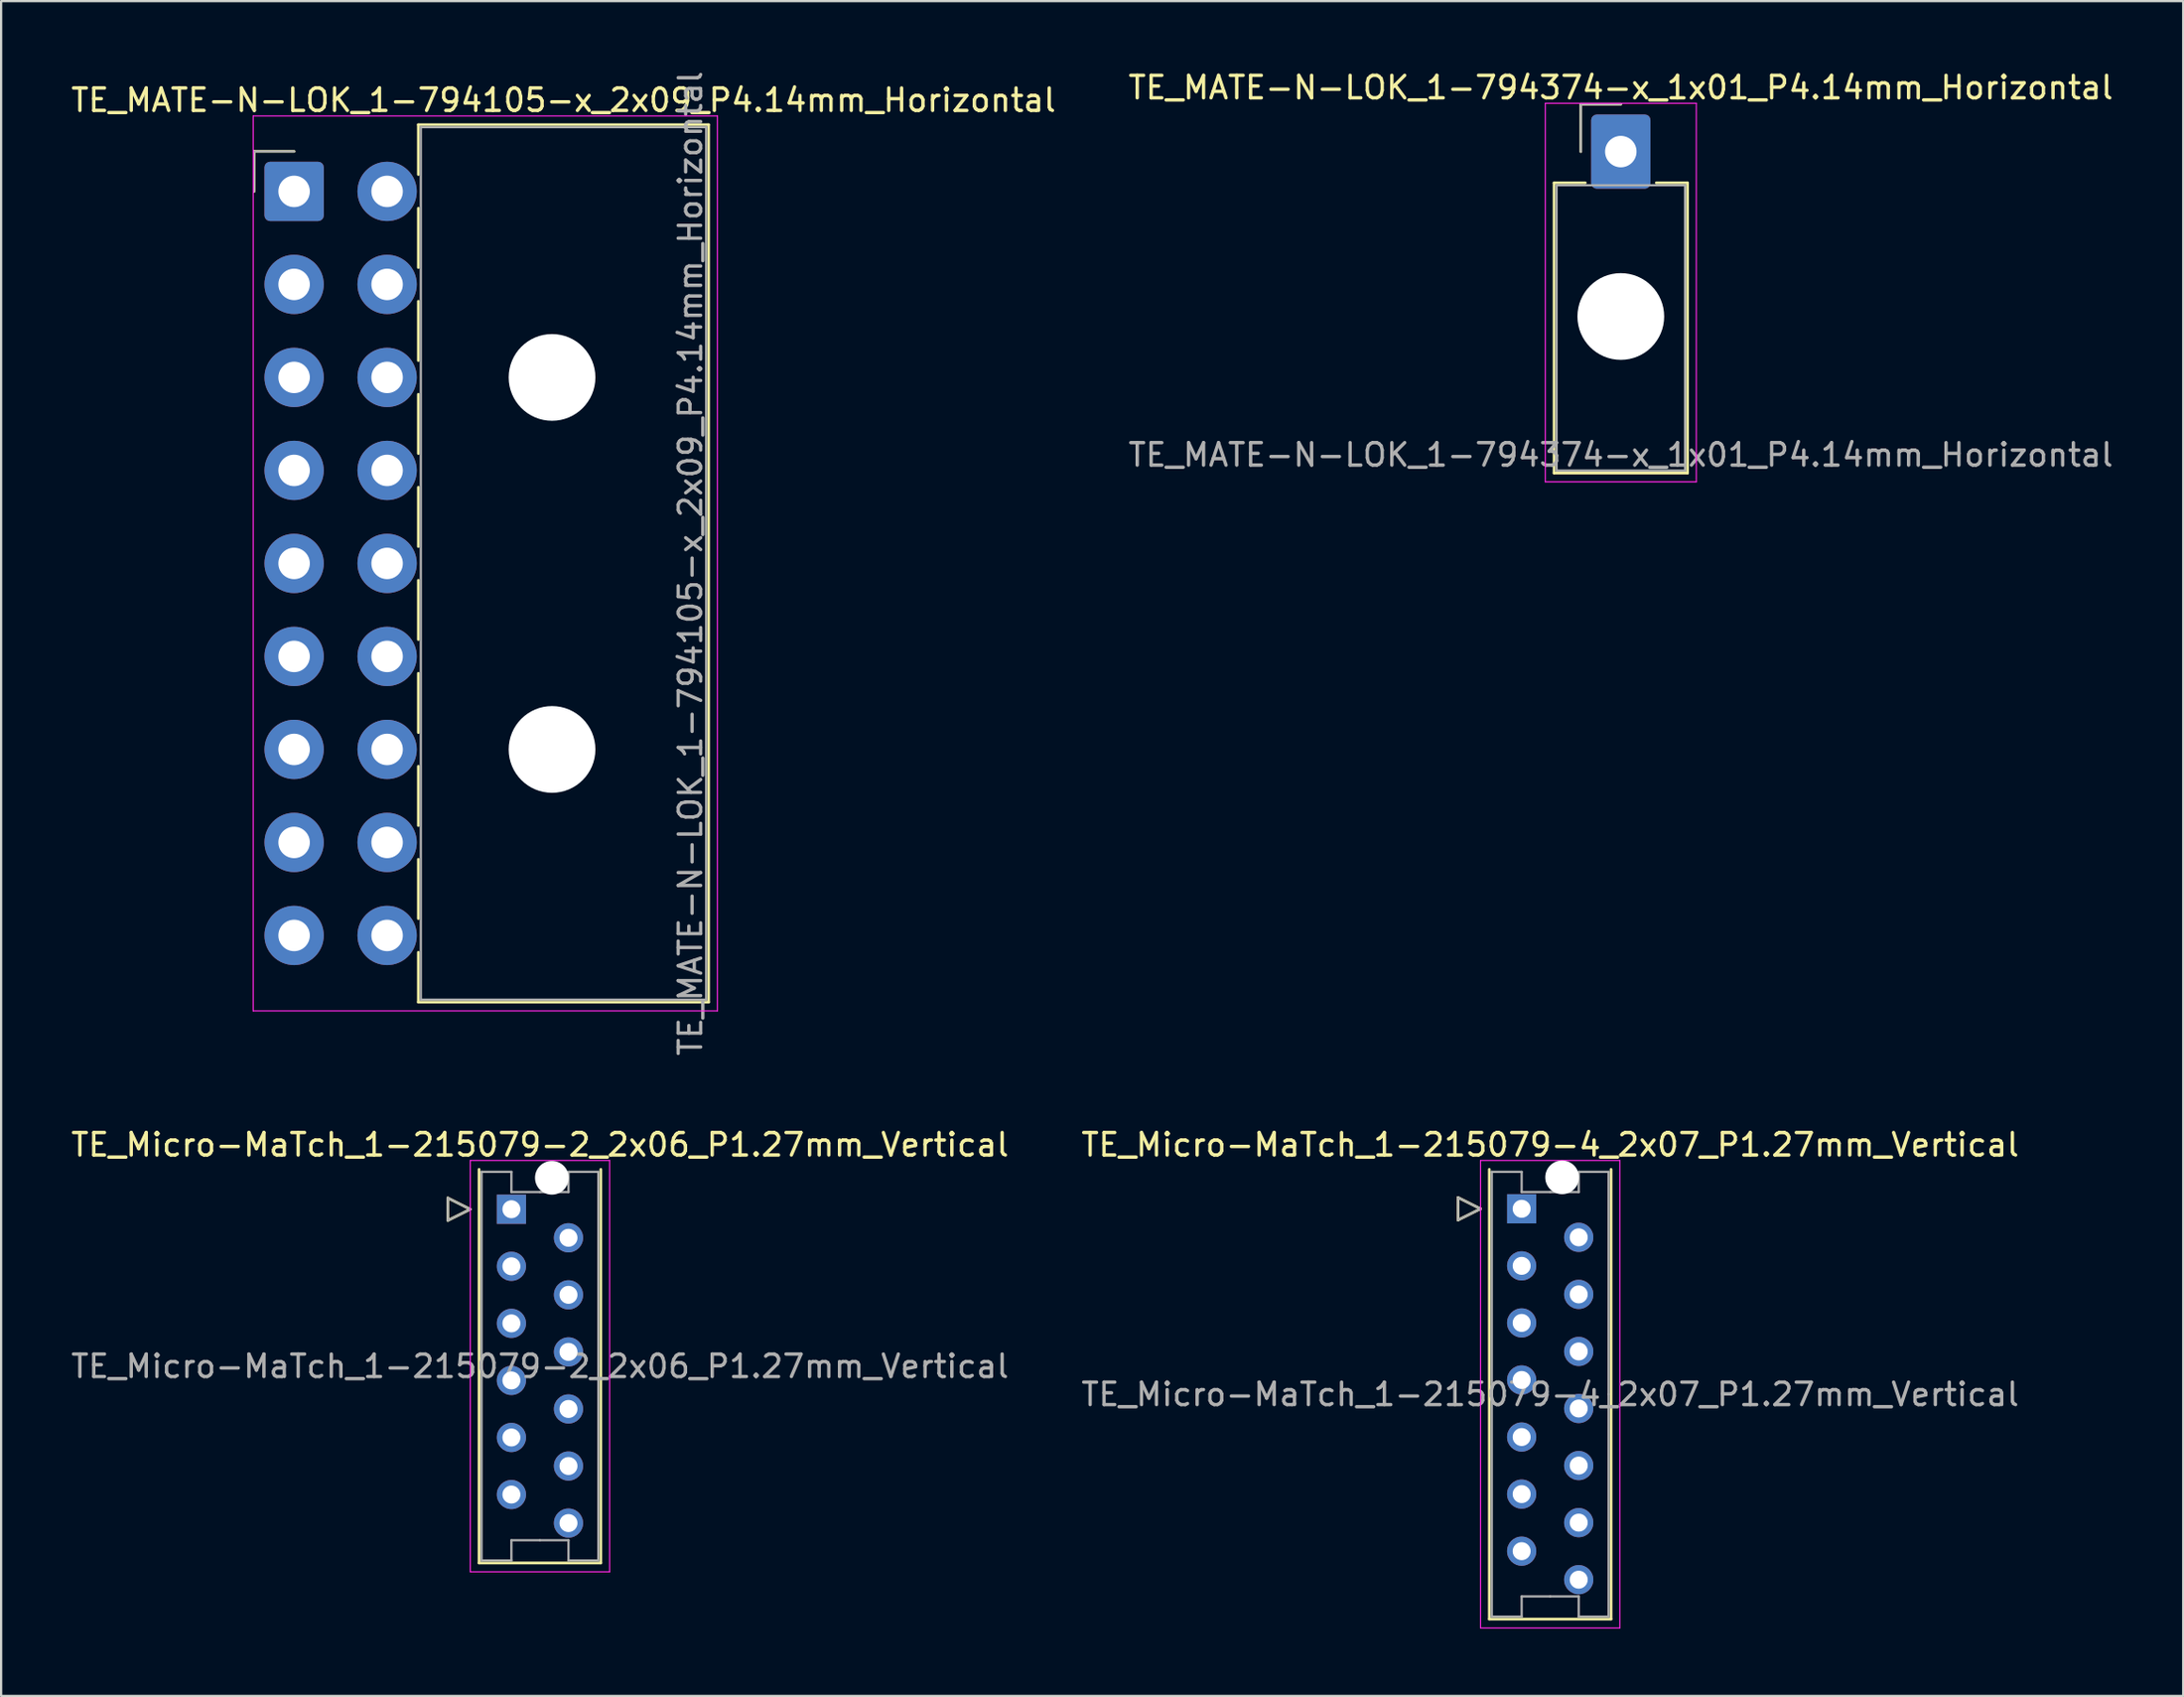
<source format=kicad_pcb>
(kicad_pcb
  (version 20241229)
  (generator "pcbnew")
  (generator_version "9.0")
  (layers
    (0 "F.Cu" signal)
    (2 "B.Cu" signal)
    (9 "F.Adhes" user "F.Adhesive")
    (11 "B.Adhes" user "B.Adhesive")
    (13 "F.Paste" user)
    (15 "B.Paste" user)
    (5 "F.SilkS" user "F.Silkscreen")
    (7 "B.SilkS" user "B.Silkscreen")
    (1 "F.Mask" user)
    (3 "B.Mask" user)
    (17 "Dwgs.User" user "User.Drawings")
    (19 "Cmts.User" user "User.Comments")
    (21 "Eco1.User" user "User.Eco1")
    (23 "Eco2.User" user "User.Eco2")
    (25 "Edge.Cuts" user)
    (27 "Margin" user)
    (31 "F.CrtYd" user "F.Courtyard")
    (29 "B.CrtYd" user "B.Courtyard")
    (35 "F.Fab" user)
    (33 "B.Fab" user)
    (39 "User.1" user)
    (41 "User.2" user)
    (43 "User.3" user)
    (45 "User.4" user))
  (footprint "TE_MATE-N-LOK_1-794374-x_1x01_P4.14mm_Horizontal"
    (layer "F.Cu")
    (at 69.089 3.698)
    (property "Reference" "TE_MATE-N-LOK_1-794374-x_1x01_P4.14mm_Horizontal" (at 0 -2.85 0) (layer "F.SilkS") (effects (font (size 1 1) (thickness 0.15))))
    (attr through_hole)
    (fp_line (start -2.97 1.39) (end -2.97 14.31) (stroke (width 0.12) (type solid)) (layer "F.SilkS"))
    (fp_line (start -2.97 14.31) (end 2.97 14.31) (stroke (width 0.12) (type solid)) (layer "F.SilkS"))
    (fp_line (start -1.78 -2.11) (end -1.78 0) (stroke (width 0.12) (type solid)) (layer "F.SilkS"))
    (fp_line (start -1.58 1.39) (end -2.97 1.39) (stroke (width 0.12) (type solid)) (layer "F.SilkS"))
    (fp_line (start 0 -2.11) (end -1.78 -2.11) (stroke (width 0.12) (type solid)) (layer "F.SilkS"))
    (fp_line (start 2.97 1.39) (end 1.58 1.39) (stroke (width 0.12) (type solid)) (layer "F.SilkS"))
    (fp_line (start 2.97 14.31) (end 2.97 1.39) (stroke (width 0.12) (type solid)) (layer "F.SilkS"))
    (fp_line (start -3.36 -2.15) (end -3.36 14.7) (stroke (width 0.05) (type solid)) (layer "F.CrtYd"))
    (fp_line (start -3.36 14.7) (end 3.36 14.7) (stroke (width 0.05) (type solid)) (layer "F.CrtYd"))
    (fp_line (start 3.36 -2.15) (end -3.36 -2.15) (stroke (width 0.05) (type solid)) (layer "F.CrtYd"))
    (fp_line (start 3.36 14.7) (end 3.36 -2.15) (stroke (width 0.05) (type solid)) (layer "F.CrtYd"))
    (fp_line (start -2.86 1.5) (end -2.86 14.2) (stroke (width 0.1) (type solid)) (layer "F.Fab"))
    (fp_line (start -2.86 14.2) (end 2.86 14.2) (stroke (width 0.1) (type solid)) (layer "F.Fab"))
    (fp_line (start -1.78 -2.11) (end -1.78 0) (stroke (width 0.1) (type solid)) (layer "F.Fab"))
    (fp_line (start 0 -2.11) (end -1.78 -2.11) (stroke (width 0.1) (type solid)) (layer "F.Fab"))
    (fp_line (start 2.86 1.5) (end -2.86 1.5) (stroke (width 0.1) (type solid)) (layer "F.Fab"))
    (fp_line (start 2.86 14.2) (end 2.86 1.5) (stroke (width 0.1) (type solid)) (layer "F.Fab"))
    (fp_text user "${REFERENCE}" (at 0 13.5 0) (layer "F.Fab") (effects (font (size 1 1) (thickness 0.15))))
    (pad "" np_thru_hole circle (at 0 7.34) (size 3.86 3.86) (drill 3.86) (layers "*.Cu" "*.Mask"))
    (pad "1" thru_hole roundrect (at 0 0) (size 2.64 3.3) (drill 1.4) (layers "*.Cu" "*.Mask") (roundrect_rratio 0.095)))
  (footprint "TE_MATE-N-LOK_1-794105-x_2x09_P4.14mm_Horizontal"
    (layer "F.Cu")
    (at 10.04 5.47)
    (property "Reference" "TE_MATE-N-LOK_1-794105-x_2x09_P4.14mm_Horizontal" (at 11.99 -4.06 0) (layer "F.SilkS") (effects (font (size 1 1) (thickness 0.15))))
    (attr through_hole)
    (fp_line (start -1.78 -1.78) (end -1.78 0) (stroke (width 0.12) (type solid)) (layer "F.SilkS"))
    (fp_line (start 0 -1.78) (end -1.78 -1.78) (stroke (width 0.12) (type solid)) (layer "F.SilkS"))
    (fp_line (start 5.53 -2.97) (end 18.45 -2.97) (stroke (width 0.12) (type solid)) (layer "F.SilkS"))
    (fp_line (start 5.53 -0.751) (end 5.53 -2.97) (stroke (width 0.12) (type solid)) (layer "F.SilkS"))
    (fp_line (start 5.53 0.751) (end 5.53 3.389) (stroke (width 0.12) (type solid)) (layer "F.SilkS"))
    (fp_line (start 5.53 4.891) (end 5.53 7.529) (stroke (width 0.12) (type solid)) (layer "F.SilkS"))
    (fp_line (start 5.53 9.031) (end 5.53 11.669) (stroke (width 0.12) (type solid)) (layer "F.SilkS"))
    (fp_line (start 5.53 13.171) (end 5.53 15.809) (stroke (width 0.12) (type solid)) (layer "F.SilkS"))
    (fp_line (start 5.53 17.311) (end 5.53 19.949) (stroke (width 0.12) (type solid)) (layer "F.SilkS"))
    (fp_line (start 5.53 21.451) (end 5.53 24.089) (stroke (width 0.12) (type solid)) (layer "F.SilkS"))
    (fp_line (start 5.53 25.591) (end 5.53 28.229) (stroke (width 0.12) (type solid)) (layer "F.SilkS"))
    (fp_line (start 5.53 29.731) (end 5.53 32.369) (stroke (width 0.12) (type solid)) (layer "F.SilkS"))
    (fp_line (start 5.53 36.09) (end 5.53 33.871) (stroke (width 0.12) (type solid)) (layer "F.SilkS"))
    (fp_line (start 18.45 -2.97) (end 18.45 36.09) (stroke (width 0.12) (type solid)) (layer "F.SilkS"))
    (fp_line (start 18.45 36.09) (end 5.53 36.09) (stroke (width 0.12) (type solid)) (layer "F.SilkS"))
    (fp_line (start -1.82 -3.36) (end -1.82 36.48) (stroke (width 0.05) (type solid)) (layer "F.CrtYd"))
    (fp_line (start -1.82 36.48) (end 18.84 36.48) (stroke (width 0.05) (type solid)) (layer "F.CrtYd"))
    (fp_line (start 18.84 -3.36) (end -1.82 -3.36) (stroke (width 0.05) (type solid)) (layer "F.CrtYd"))
    (fp_line (start 18.84 36.48) (end 18.84 -3.36) (stroke (width 0.05) (type solid)) (layer "F.CrtYd"))
    (fp_line (start -1.78 -1.78) (end -1.78 0) (stroke (width 0.1) (type solid)) (layer "F.Fab"))
    (fp_line (start 0 -1.78) (end -1.78 -1.78) (stroke (width 0.1) (type solid)) (layer "F.Fab"))
    (fp_line (start 5.64 -2.86) (end 5.64 35.98) (stroke (width 0.1) (type solid)) (layer "F.Fab"))
    (fp_line (start 5.64 35.98) (end 18.34 35.98) (stroke (width 0.1) (type solid)) (layer "F.Fab"))
    (fp_line (start 18.34 -2.86) (end 5.64 -2.86) (stroke (width 0.1) (type solid)) (layer "F.Fab"))
    (fp_line (start 18.34 35.98) (end 18.34 -2.86) (stroke (width 0.1) (type solid)) (layer "F.Fab"))
    (fp_text user "${REFERENCE}" (at 17.64 16.56 90) (layer "F.Fab") (effects (font (size 1 1) (thickness 0.15))))
    (pad "" np_thru_hole circle (at 11.48 8.28) (size 3.86 3.86) (drill 3.86) (layers "*.Cu" "*.Mask"))
    (pad "" np_thru_hole circle (at 11.48 24.84) (size 3.86 3.86) (drill 3.86) (layers "*.Cu" "*.Mask"))
    (pad "1" thru_hole roundrect (at 0 0) (size 2.64 2.64) (drill 1.4) (layers "*.Cu" "*.Mask") (roundrect_rratio 0.095))
    (pad "2" thru_hole circle (at 0 4.14) (size 2.64 2.64) (drill 1.4) (layers "*.Cu" "*.Mask"))
    (pad "3" thru_hole circle (at 0 8.28) (size 2.64 2.64) (drill 1.4) (layers "*.Cu" "*.Mask"))
    (pad "4" thru_hole circle (at 0 12.42) (size 2.64 2.64) (drill 1.4) (layers "*.Cu" "*.Mask"))
    (pad "5" thru_hole circle (at 0 16.56) (size 2.64 2.64) (drill 1.4) (layers "*.Cu" "*.Mask"))
    (pad "6" thru_hole circle (at 0 20.7) (size 2.64 2.64) (drill 1.4) (layers "*.Cu" "*.Mask"))
    (pad "7" thru_hole circle (at 0 24.84) (size 2.64 2.64) (drill 1.4) (layers "*.Cu" "*.Mask"))
    (pad "8" thru_hole circle (at 0 28.98) (size 2.64 2.64) (drill 1.4) (layers "*.Cu" "*.Mask"))
    (pad "9" thru_hole circle (at 0 33.12) (size 2.64 2.64) (drill 1.4) (layers "*.Cu" "*.Mask"))
    (pad "10" thru_hole circle (at 4.14 0) (size 2.64 2.64) (drill 1.4) (layers "*.Cu" "*.Mask"))
    (pad "11" thru_hole circle (at 4.14 4.14) (size 2.64 2.64) (drill 1.4) (layers "*.Cu" "*.Mask"))
    (pad "12" thru_hole circle (at 4.14 8.28) (size 2.64 2.64) (drill 1.4) (layers "*.Cu" "*.Mask"))
    (pad "13" thru_hole circle (at 4.14 12.42) (size 2.64 2.64) (drill 1.4) (layers "*.Cu" "*.Mask"))
    (pad "14" thru_hole circle (at 4.14 16.56) (size 2.64 2.64) (drill 1.4) (layers "*.Cu" "*.Mask"))
    (pad "15" thru_hole circle (at 4.14 20.7) (size 2.64 2.64) (drill 1.4) (layers "*.Cu" "*.Mask"))
    (pad "16" thru_hole circle (at 4.14 24.84) (size 2.64 2.64) (drill 1.4) (layers "*.Cu" "*.Mask"))
    (pad "17" thru_hole circle (at 4.14 28.98) (size 2.64 2.64) (drill 1.4) (layers "*.Cu" "*.Mask"))
    (pad "18" thru_hole circle (at 4.14 33.12) (size 2.64 2.64) (drill 1.4) (layers "*.Cu" "*.Mask")))
  (footprint "TE_Micro-MaTch_1-215079-4_2x07_P1.27mm_Vertical"
    (layer "F.Cu")
    (at 64.676 50.758)
    (property "Reference" "TE_Micro-MaTch_1-215079-4_2x07_P1.27mm_Vertical" (at 1.27 -2.85 0) (layer "F.SilkS") (effects (font (size 1 1) (thickness 0.15))))
    (attr through_hole)
    (fp_line (start -2.83 -0.5) (end -1.83 0) (stroke (width 0.12) (type solid)) (layer "F.SilkS"))
    (fp_line (start -2.83 0.5) (end -2.83 -0.5) (stroke (width 0.12) (type solid)) (layer "F.SilkS"))
    (fp_line (start -1.83 0) (end -2.83 0.5) (stroke (width 0.12) (type solid)) (layer "F.SilkS"))
    (fp_line (start -1.44 -1.755) (end -1.44 18.265) (stroke (width 0.12) (type solid)) (layer "F.SilkS"))
    (fp_line (start -1.44 18.265) (end 3.98 18.265) (stroke (width 0.12) (type solid)) (layer "F.SilkS"))
    (fp_line (start 3.98 18.265) (end 3.98 -1.755) (stroke (width 0.12) (type solid)) (layer "F.SilkS"))
    (fp_line (start -1.83 -2.15) (end -1.83 18.66) (stroke (width 0.05) (type solid)) (layer "F.CrtYd"))
    (fp_line (start -1.83 18.66) (end 4.37 18.66) (stroke (width 0.05) (type solid)) (layer "F.CrtYd"))
    (fp_line (start 4.37 -2.15) (end -1.83 -2.15) (stroke (width 0.05) (type solid)) (layer "F.CrtYd"))
    (fp_line (start 4.37 18.66) (end 4.37 -2.15) (stroke (width 0.05) (type solid)) (layer "F.CrtYd"))
    (fp_line (start -2.83 -0.5) (end -1.83 0) (stroke (width 0.1) (type solid)) (layer "F.Fab"))
    (fp_line (start -2.83 0.5) (end -2.83 -0.5) (stroke (width 0.1) (type solid)) (layer "F.Fab"))
    (fp_line (start -1.83 0) (end -2.83 0.5) (stroke (width 0.1) (type solid)) (layer "F.Fab"))
    (fp_line (start -1.33 -1.645) (end -1.33 8.255) (stroke (width 0.1) (type solid)) (layer "F.Fab"))
    (fp_line (start -1.33 18.155) (end -1.33 8.255) (stroke (width 0.1) (type solid)) (layer "F.Fab"))
    (fp_line (start 0 -1.645) (end -1.33 -1.645) (stroke (width 0.1) (type solid)) (layer "F.Fab"))
    (fp_line (start 0 -0.745) (end 0 -1.645) (stroke (width 0.1) (type solid)) (layer "F.Fab"))
    (fp_line (start 0 17.255) (end 0 18.155) (stroke (width 0.1) (type solid)) (layer "F.Fab"))
    (fp_line (start 0 18.155) (end -1.33 18.155) (stroke (width 0.1) (type solid)) (layer "F.Fab"))
    (fp_line (start 1.27 -0.745) (end 0 -0.745) (stroke (width 0.1) (type solid)) (layer "F.Fab"))
    (fp_line (start 1.27 -0.745) (end 2.54 -0.745) (stroke (width 0.1) (type solid)) (layer "F.Fab"))
    (fp_line (start 1.27 17.255) (end 0 17.255) (stroke (width 0.1) (type solid)) (layer "F.Fab"))
    (fp_line (start 1.27 17.255) (end 2.54 17.255) (stroke (width 0.1) (type solid)) (layer "F.Fab"))
    (fp_line (start 2.54 -1.645) (end 3.87 -1.645) (stroke (width 0.1) (type solid)) (layer "F.Fab"))
    (fp_line (start 2.54 -0.745) (end 2.54 -1.645) (stroke (width 0.1) (type solid)) (layer "F.Fab"))
    (fp_line (start 2.54 17.255) (end 2.54 18.155) (stroke (width 0.1) (type solid)) (layer "F.Fab"))
    (fp_line (start 2.54 18.155) (end 3.87 18.155) (stroke (width 0.1) (type solid)) (layer "F.Fab"))
    (fp_line (start 3.87 -1.645) (end 3.87 8.255) (stroke (width 0.1) (type solid)) (layer "F.Fab"))
    (fp_line (start 3.87 18.155) (end 3.87 8.255) (stroke (width 0.1) (type solid)) (layer "F.Fab"))
    (fp_text user "${REFERENCE}" (at 1.27 8.26 0) (layer "F.Fab") (effects (font (size 1 1) (thickness 0.15))))
    (pad "" np_thru_hole circle (at 1.8 -1.4) (size 1.5 1.5) (drill 1.5) (layers "*.Cu" "*.Mask"))
    (pad "1" thru_hole rect (at 0 0) (size 1.3 1.3) (drill 0.8) (layers "*.Cu" "*.Mask"))
    (pad "2" thru_hole circle (at 2.54 1.27) (size 1.3 1.3) (drill 0.8) (layers "*.Cu" "*.Mask"))
    (pad "3" thru_hole circle (at 0 2.54) (size 1.3 1.3) (drill 0.8) (layers "*.Cu" "*.Mask"))
    (pad "4" thru_hole circle (at 2.54 3.81) (size 1.3 1.3) (drill 0.8) (layers "*.Cu" "*.Mask"))
    (pad "5" thru_hole circle (at 0 5.08) (size 1.3 1.3) (drill 0.8) (layers "*.Cu" "*.Mask"))
    (pad "6" thru_hole circle (at 2.54 6.35) (size 1.3 1.3) (drill 0.8) (layers "*.Cu" "*.Mask"))
    (pad "7" thru_hole circle (at 0 7.62) (size 1.3 1.3) (drill 0.8) (layers "*.Cu" "*.Mask"))
    (pad "8" thru_hole circle (at 2.54 8.89) (size 1.3 1.3) (drill 0.8) (layers "*.Cu" "*.Mask"))
    (pad "9" thru_hole circle (at 0 10.16) (size 1.3 1.3) (drill 0.8) (layers "*.Cu" "*.Mask"))
    (pad "10" thru_hole circle (at 2.54 11.43) (size 1.3 1.3) (drill 0.8) (layers "*.Cu" "*.Mask"))
    (pad "11" thru_hole circle (at 0 12.7) (size 1.3 1.3) (drill 0.8) (layers "*.Cu" "*.Mask"))
    (pad "12" thru_hole circle (at 2.54 13.97) (size 1.3 1.3) (drill 0.8) (layers "*.Cu" "*.Mask"))
    (pad "13" thru_hole circle (at 0 15.24) (size 1.3 1.3) (drill 0.8) (layers "*.Cu" "*.Mask"))
    (pad "14" thru_hole circle (at 2.54 16.51) (size 1.3 1.3) (drill 0.8) (layers "*.Cu" "*.Mask")))
  (footprint "TE_Micro-MaTch_1-215079-2_2x06_P1.27mm_Vertical"
    (layer "F.Cu")
    (at 19.712 50.778)
    (property "Reference" "TE_Micro-MaTch_1-215079-2_2x06_P1.27mm_Vertical" (at 1.27 -2.87 0) (layer "F.SilkS") (effects (font (size 1 1) (thickness 0.15))))
    (attr through_hole)
    (fp_line (start -2.83 -0.5) (end -1.83 0) (stroke (width 0.12) (type solid)) (layer "F.SilkS"))
    (fp_line (start -2.83 0.5) (end -2.83 -0.5) (stroke (width 0.12) (type solid)) (layer "F.SilkS"))
    (fp_line (start -1.83 0) (end -2.83 0.5) (stroke (width 0.12) (type solid)) (layer "F.SilkS"))
    (fp_line (start -1.44 -1.775) (end -1.44 15.745) (stroke (width 0.12) (type solid)) (layer "F.SilkS"))
    (fp_line (start -1.44 15.745) (end 3.98 15.745) (stroke (width 0.12) (type solid)) (layer "F.SilkS"))
    (fp_line (start 3.98 15.745) (end 3.98 -1.775) (stroke (width 0.12) (type solid)) (layer "F.SilkS"))
    (fp_line (start -1.83 -2.17) (end -1.83 16.14) (stroke (width 0.05) (type solid)) (layer "F.CrtYd"))
    (fp_line (start -1.83 16.14) (end 4.37 16.14) (stroke (width 0.05) (type solid)) (layer "F.CrtYd"))
    (fp_line (start 4.37 -2.17) (end -1.83 -2.17) (stroke (width 0.05) (type solid)) (layer "F.CrtYd"))
    (fp_line (start 4.37 16.14) (end 4.37 -2.17) (stroke (width 0.05) (type solid)) (layer "F.CrtYd"))
    (fp_line (start -2.83 -0.5) (end -1.83 0) (stroke (width 0.1) (type solid)) (layer "F.Fab"))
    (fp_line (start -2.83 0.5) (end -2.83 -0.5) (stroke (width 0.1) (type solid)) (layer "F.Fab"))
    (fp_line (start -1.83 0) (end -2.83 0.5) (stroke (width 0.1) (type solid)) (layer "F.Fab"))
    (fp_line (start -1.33 -1.665) (end -1.33 6.985) (stroke (width 0.1) (type solid)) (layer "F.Fab"))
    (fp_line (start -1.33 15.635) (end -1.33 6.985) (stroke (width 0.1) (type solid)) (layer "F.Fab"))
    (fp_line (start 0 -1.665) (end -1.33 -1.665) (stroke (width 0.1) (type solid)) (layer "F.Fab"))
    (fp_line (start 0 -0.765) (end 0 -1.665) (stroke (width 0.1) (type solid)) (layer "F.Fab"))
    (fp_line (start 0 14.735) (end 0 15.635) (stroke (width 0.1) (type solid)) (layer "F.Fab"))
    (fp_line (start 0 15.635) (end -1.33 15.635) (stroke (width 0.1) (type solid)) (layer "F.Fab"))
    (fp_line (start 1.27 -0.765) (end 0 -0.765) (stroke (width 0.1) (type solid)) (layer "F.Fab"))
    (fp_line (start 1.27 -0.765) (end 2.54 -0.765) (stroke (width 0.1) (type solid)) (layer "F.Fab"))
    (fp_line (start 1.27 14.735) (end 0 14.735) (stroke (width 0.1) (type solid)) (layer "F.Fab"))
    (fp_line (start 1.27 14.735) (end 2.54 14.735) (stroke (width 0.1) (type solid)) (layer "F.Fab"))
    (fp_line (start 2.54 -1.665) (end 3.87 -1.665) (stroke (width 0.1) (type solid)) (layer "F.Fab"))
    (fp_line (start 2.54 -0.765) (end 2.54 -1.665) (stroke (width 0.1) (type solid)) (layer "F.Fab"))
    (fp_line (start 2.54 14.735) (end 2.54 15.635) (stroke (width 0.1) (type solid)) (layer "F.Fab"))
    (fp_line (start 2.54 15.635) (end 3.87 15.635) (stroke (width 0.1) (type solid)) (layer "F.Fab"))
    (fp_line (start 3.87 -1.665) (end 3.87 6.985) (stroke (width 0.1) (type solid)) (layer "F.Fab"))
    (fp_line (start 3.87 15.635) (end 3.87 6.985) (stroke (width 0.1) (type solid)) (layer "F.Fab"))
    (fp_text user "${REFERENCE}" (at 1.27 6.99 0) (layer "F.Fab") (effects (font (size 1 1) (thickness 0.15))))
    (pad "" np_thru_hole circle (at 1.8 -1.4) (size 1.5 1.5) (drill 1.5) (layers "*.Cu" "*.Mask"))
    (pad "1" thru_hole rect (at 0 0) (size 1.3 1.3) (drill 0.8) (layers "*.Cu" "*.Mask"))
    (pad "2" thru_hole circle (at 2.54 1.27) (size 1.3 1.3) (drill 0.8) (layers "*.Cu" "*.Mask"))
    (pad "3" thru_hole circle (at 0 2.54) (size 1.3 1.3) (drill 0.8) (layers "*.Cu" "*.Mask"))
    (pad "4" thru_hole circle (at 2.54 3.81) (size 1.3 1.3) (drill 0.8) (layers "*.Cu" "*.Mask"))
    (pad "5" thru_hole circle (at 0 5.08) (size 1.3 1.3) (drill 0.8) (layers "*.Cu" "*.Mask"))
    (pad "6" thru_hole circle (at 2.54 6.35) (size 1.3 1.3) (drill 0.8) (layers "*.Cu" "*.Mask"))
    (pad "7" thru_hole circle (at 0 7.62) (size 1.3 1.3) (drill 0.8) (layers "*.Cu" "*.Mask"))
    (pad "8" thru_hole circle (at 2.54 8.89) (size 1.3 1.3) (drill 0.8) (layers "*.Cu" "*.Mask"))
    (pad "9" thru_hole circle (at 0 10.16) (size 1.3 1.3) (drill 0.8) (layers "*.Cu" "*.Mask"))
    (pad "10" thru_hole circle (at 2.54 11.43) (size 1.3 1.3) (drill 0.8) (layers "*.Cu" "*.Mask"))
    (pad "11" thru_hole circle (at 0 12.7) (size 1.3 1.3) (drill 0.8) (layers "*.Cu" "*.Mask"))
    (pad "12" thru_hole circle (at 2.54 13.97) (size 1.3 1.3) (drill 0.8) (layers "*.Cu" "*.Mask")))
  (gr_rect
    (start -3 -3)
    (end 94.119 72.443)
    (stroke (width 0.1) (type default))
    (fill no)
    (layer "Edge.Cuts")))
</source>
